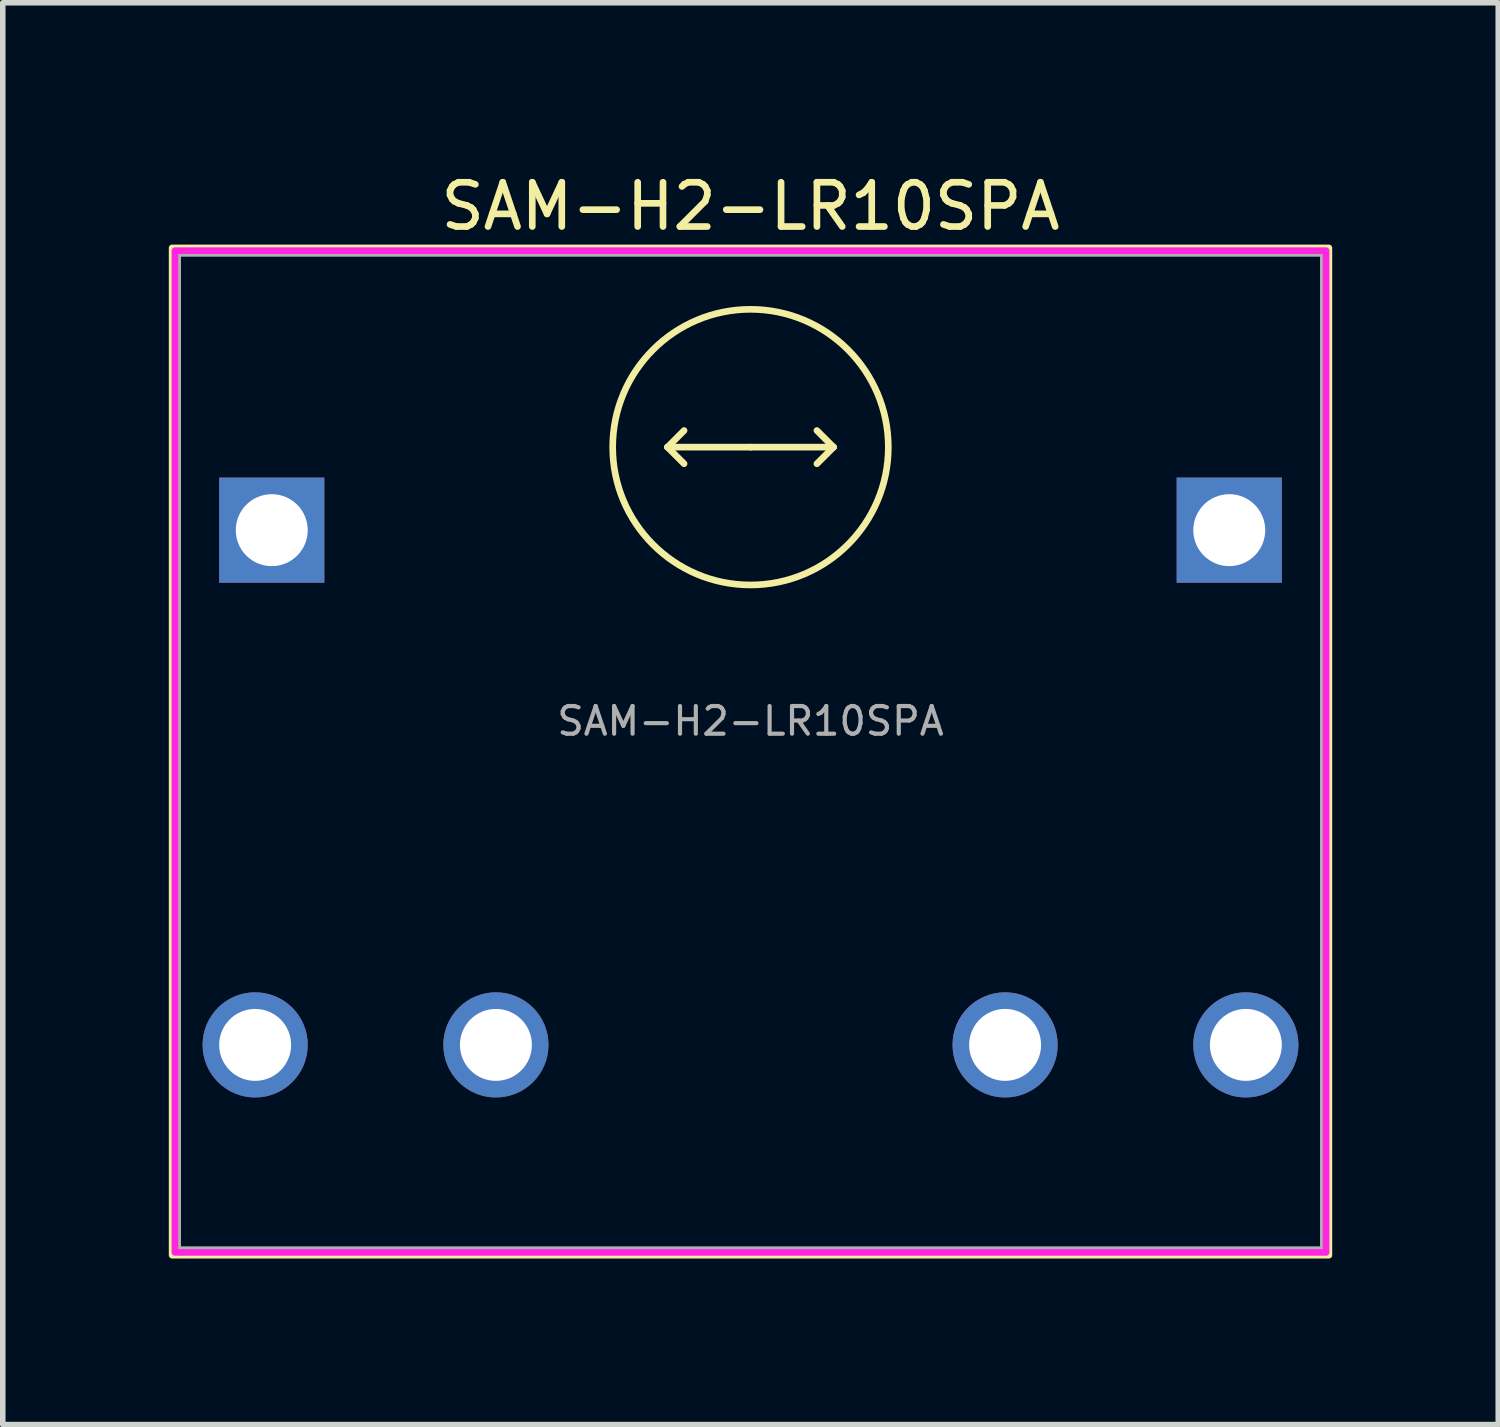
<source format=kicad_pcb>
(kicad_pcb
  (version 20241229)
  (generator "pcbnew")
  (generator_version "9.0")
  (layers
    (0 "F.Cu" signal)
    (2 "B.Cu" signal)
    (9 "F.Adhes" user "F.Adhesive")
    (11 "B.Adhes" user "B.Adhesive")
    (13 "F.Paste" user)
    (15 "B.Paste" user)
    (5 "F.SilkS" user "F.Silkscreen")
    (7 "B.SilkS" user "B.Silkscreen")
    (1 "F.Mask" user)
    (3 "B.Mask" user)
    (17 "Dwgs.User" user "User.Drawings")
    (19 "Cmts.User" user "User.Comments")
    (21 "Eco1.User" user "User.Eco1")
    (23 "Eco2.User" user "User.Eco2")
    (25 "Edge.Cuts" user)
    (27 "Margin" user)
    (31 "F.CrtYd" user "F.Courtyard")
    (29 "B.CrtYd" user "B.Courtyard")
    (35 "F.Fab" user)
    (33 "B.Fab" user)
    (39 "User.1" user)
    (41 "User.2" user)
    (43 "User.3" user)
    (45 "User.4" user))
  (footprint "SAM-H2-LR10SPA"
    (layer "F.Cu")
    (at 10.51 10.529)
    (property "Reference" "SAM-H2-LR10SPA" (at 0 -9.85 0) (unlocked yes) (layer "F.SilkS") (effects (font (size 0.8 0.8) (thickness 0.12))))
    (attr through_hole)
    (fp_line (start -1.5 -5.5) (end -1.2 -5.8) (stroke (width 0.12) (type default)) (layer "F.SilkS"))
    (fp_line (start -1.5 -5.5) (end -1.2 -5.2) (stroke (width 0.12) (type default)) (layer "F.SilkS"))
    (fp_line (start 0 -5.5) (end -1.5 -5.5) (stroke (width 0.12) (type default)) (layer "F.SilkS"))
    (fp_line (start 0 -5.5) (end 1.5 -5.5) (stroke (width 0.12) (type default)) (layer "F.SilkS"))
    (fp_line (start 1.5 -5.5) (end 1.2 -5.8) (stroke (width 0.12) (type default)) (layer "F.SilkS"))
    (fp_line (start 1.5 -5.5) (end 1.2 -5.2) (stroke (width 0.12) (type default)) (layer "F.SilkS"))
    (fp_rect (start -10.45 -9.1) (end 10.45 9.1) (stroke (width 0.12) (type default)) (fill no) (layer "F.SilkS"))
    (fp_circle (center 0 -5.5) (end 2.49 -5.5) (stroke (width 0.12) (type default)) (fill no) (layer "F.SilkS"))
    (fp_rect (start -10.4 -9.05) (end 10.4 9.05) (stroke (width 0.12) (type default)) (fill no) (layer "F.CrtYd"))
    (fp_rect (start -10.35 -9) (end 10.35 9) (stroke (width 0.12) (type default)) (fill no) (layer "F.Fab"))
    (fp_text user "${REFERENCE}" (at 0 -0.55 0) (unlocked yes) (layer "F.Fab") (effects (font (size 0.5 0.5) (thickness 0.075))))
    (pad "1" thru_hole rect (at -8.65 -4) (size 1.9 1.9) (drill 1.3) (layers "*.Cu" "*.Mask"))
    (pad "2" thru_hole rect (at 8.65 -4) (size 1.9 1.9) (drill 1.3) (layers "*.Cu" "*.Mask"))
    (pad "3" thru_hole circle (at -8.95 5.3) (size 1.9 1.9) (drill 1.3) (layers "*.Cu" "*.Mask"))
    (pad "4" thru_hole circle (at 8.95 5.3) (size 1.9 1.9) (drill 1.3) (layers "*.Cu" "*.Mask"))
    (pad "5" thru_hole circle (at -4.6 5.3) (size 1.9 1.9) (drill 1.3) (layers "*.Cu" "*.Mask"))
    (pad "6" thru_hole circle (at 4.6 5.3) (size 1.9 1.9) (drill 1.3) (layers "*.Cu" "*.Mask")))
  (gr_rect
    (start -3 -3)
    (end 24.02 22.689)
    (stroke (width 0.1) (type default))
    (fill no)
    (layer "Edge.Cuts")))
</source>
